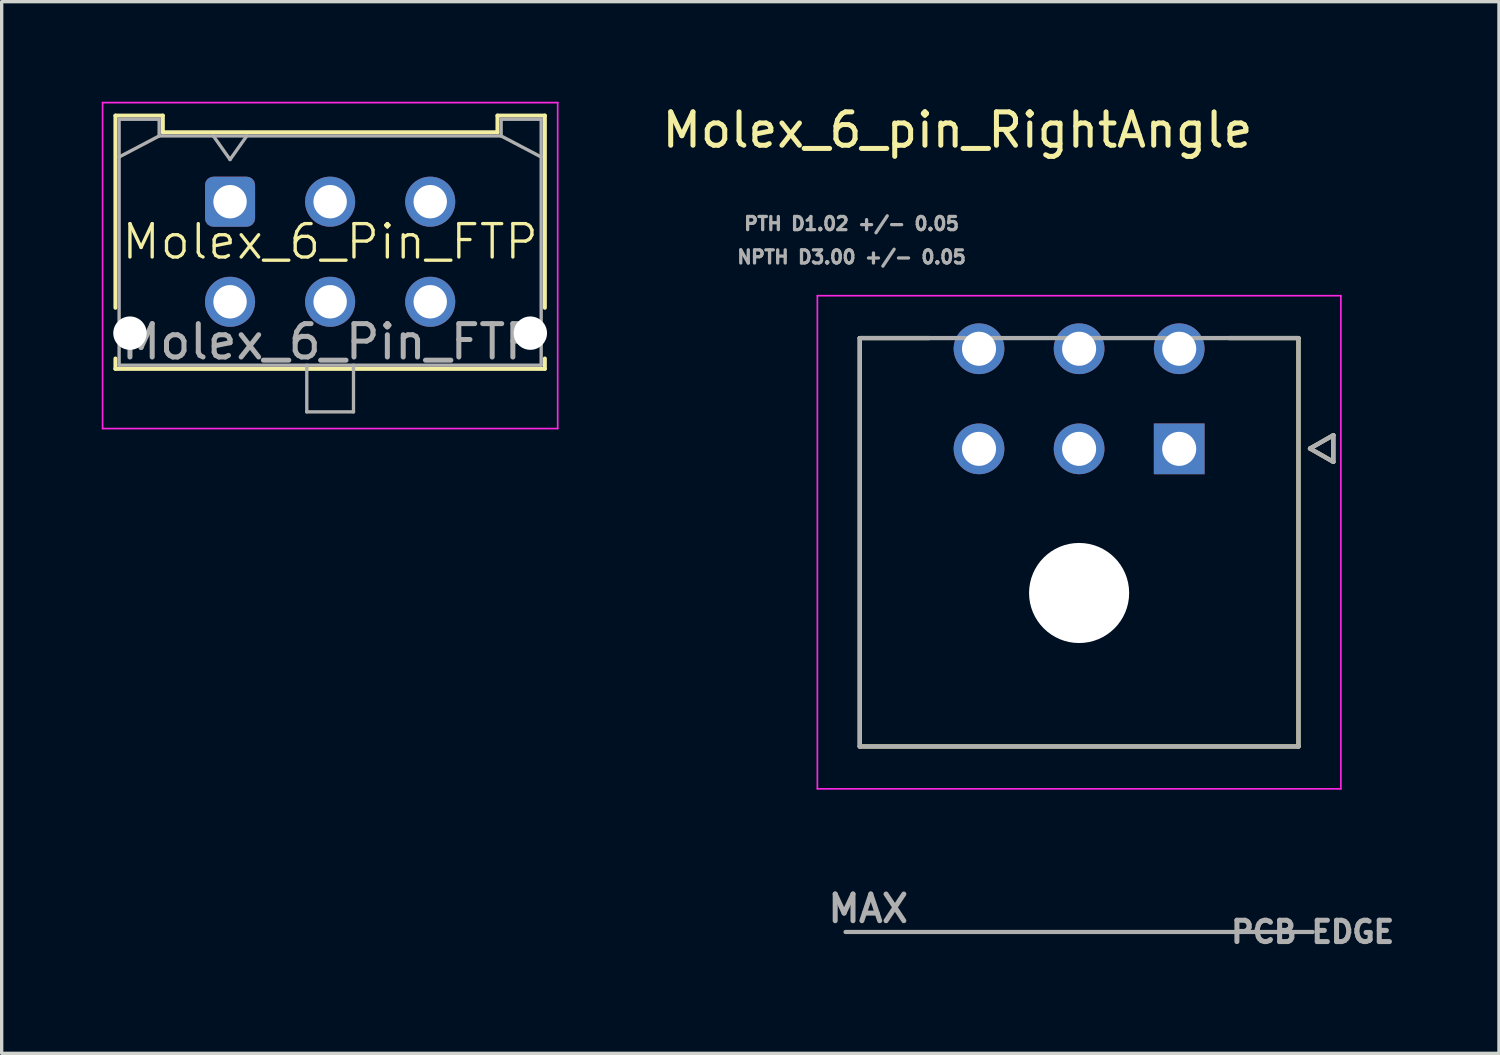
<source format=kicad_pcb>
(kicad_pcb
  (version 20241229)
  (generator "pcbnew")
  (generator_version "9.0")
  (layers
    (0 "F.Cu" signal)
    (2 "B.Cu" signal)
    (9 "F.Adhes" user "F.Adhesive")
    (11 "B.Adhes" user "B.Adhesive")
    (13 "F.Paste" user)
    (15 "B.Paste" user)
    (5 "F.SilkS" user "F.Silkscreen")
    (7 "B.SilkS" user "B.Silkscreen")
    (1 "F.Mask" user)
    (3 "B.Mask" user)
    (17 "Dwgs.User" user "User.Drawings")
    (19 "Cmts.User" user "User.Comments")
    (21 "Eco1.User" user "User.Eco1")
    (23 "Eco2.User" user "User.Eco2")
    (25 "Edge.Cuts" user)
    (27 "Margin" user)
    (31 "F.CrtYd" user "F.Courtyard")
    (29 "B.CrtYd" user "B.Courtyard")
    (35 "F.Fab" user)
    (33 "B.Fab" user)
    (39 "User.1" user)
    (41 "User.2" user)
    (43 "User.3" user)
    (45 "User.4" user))
  (footprint "Molex_6_pin_RightAngle"
    (layer "F.Cu")
    (at 32.293 10.403)
    (property "Reference" "Molex_6_pin_RightAngle" (at -6.645 -9.555 0) (layer "F.SilkS") (effects (font (size 1 1) (thickness 0.15))))
    (attr through_hole)
    (fp_circle (center -6 -3) (end -5.582 -3) (stroke (width 0.836) (type solid)) (fill no) (layer "F.Mask"))
    (fp_circle (center -6 0) (end -5.582 0) (stroke (width 0.836) (type solid)) (fill no) (layer "F.Mask"))
    (fp_circle (center -3 -3) (end -2.582 -3) (stroke (width 0.836) (type solid)) (fill no) (layer "F.Mask"))
    (fp_circle (center -3 0) (end -2.582 0) (stroke (width 0.836) (type solid)) (fill no) (layer "F.Mask"))
    (fp_circle (center -3 4.32) (end -2.212 4.32) (stroke (width 1.576) (type solid)) (fill no) (layer "F.Mask"))
    (fp_circle (center 0 -3) (end 0.418 -3) (stroke (width 0.836) (type solid)) (fill no) (layer "F.Mask"))
    (fp_poly (pts (xy -0.836 -0.836) (xy 0.836 -0.836) (xy 0.836 0.836) (xy -0.836 0.836)) (stroke (width 0.01) (type solid)) (fill yes) (layer "F.Mask"))
    (fp_circle (center -6 -3) (end -5.582 -3) (stroke (width 0.836) (type solid)) (fill no) (layer "B.Mask"))
    (fp_circle (center -6 0) (end -5.582 0) (stroke (width 0.836) (type solid)) (fill no) (layer "B.Mask"))
    (fp_circle (center -3 -3) (end -2.582 -3) (stroke (width 0.836) (type solid)) (fill no) (layer "B.Mask"))
    (fp_circle (center -3 0) (end -2.582 0) (stroke (width 0.836) (type solid)) (fill no) (layer "B.Mask"))
    (fp_circle (center -3 4.32) (end -2.212 4.32) (stroke (width 1.576) (type solid)) (fill no) (layer "B.Mask"))
    (fp_circle (center 0 -3) (end 0.418 -3) (stroke (width 0.836) (type solid)) (fill no) (layer "B.Mask"))
    (fp_poly (pts (xy -0.836 -0.836) (xy 0.836 -0.836) (xy 0.836 0.836) (xy -0.836 0.836)) (stroke (width 0.01) (type solid)) (fill yes) (layer "B.Mask"))
    (fp_line (start -9.575 -3.32) (end -9.575 8.92) (stroke (width 0.127) (type solid)) (layer "F.SilkS"))
    (fp_line (start -9.575 8.92) (end 3.575 8.92) (stroke (width 0.127) (type solid)) (layer "F.SilkS"))
    (fp_line (start -7.5 -3.32) (end -9.575 -3.32) (stroke (width 0.127) (type solid)) (layer "F.SilkS"))
    (fp_line (start 3.575 -3.32) (end 1.5 -3.32) (stroke (width 0.127) (type solid)) (layer "F.SilkS"))
    (fp_line (start 3.575 8.92) (end 3.575 -3.32) (stroke (width 0.127) (type solid)) (layer "F.SilkS"))
    (fp_line (start 3.92 -0.01) (end 4.62 0.39) (stroke (width 0.127) (type solid)) (layer "F.SilkS"))
    (fp_line (start 4.62 -0.41) (end 3.92 -0.01) (stroke (width 0.127) (type solid)) (layer "F.SilkS"))
    (fp_line (start 4.62 0.39) (end 4.62 -0.41) (stroke (width 0.127) (type solid)) (layer "F.SilkS"))
    (fp_line (start -10.845 -4.59) (end 4.845 -4.59) (stroke (width 0.05) (type solid)) (layer "F.CrtYd"))
    (fp_line (start -10.845 10.19) (end -10.845 -4.59) (stroke (width 0.05) (type solid)) (layer "F.CrtYd"))
    (fp_line (start 4.845 -4.59) (end 4.845 10.19) (stroke (width 0.05) (type solid)) (layer "F.CrtYd"))
    (fp_line (start 4.845 10.19) (end -10.845 10.19) (stroke (width 0.05) (type solid)) (layer "F.CrtYd"))
    (fp_line (start -10 14.48) (end 4 14.48) (stroke (width 0.127) (type solid)) (layer "F.Fab"))
    (fp_line (start -9.575 -3.32) (end -9.575 8.92) (stroke (width 0.127) (type solid)) (layer "F.Fab"))
    (fp_line (start -9.575 8.92) (end 3.575 8.92) (stroke (width 0.127) (type solid)) (layer "F.Fab"))
    (fp_line (start 3.575 -3.32) (end -9.575 -3.32) (stroke (width 0.127) (type solid)) (layer "F.Fab"))
    (fp_line (start 3.575 8.92) (end 3.575 -3.32) (stroke (width 0.127) (type solid)) (layer "F.Fab"))
    (fp_line (start 3.92 -0.01) (end 4.62 0.39) (stroke (width 0.127) (type solid)) (layer "F.Fab"))
    (fp_line (start 4.62 -0.41) (end 3.92 -0.01) (stroke (width 0.127) (type solid)) (layer "F.Fab"))
    (fp_line (start 4.62 0.39) (end 4.62 -0.41) (stroke (width 0.127) (type solid)) (layer "F.Fab"))
    (fp_text user "NPTH D3.00 +/- 0.05" (at -9.82 -5.748 0) (layer "F.Fab") (effects (font (size 0.394 0.394) (thickness 0.15))))
    (fp_text user "MAX" (at -9.32 13.78 0) (layer "F.Fab") (effects (font (size 0.8 0.8) (thickness 0.15))))
    (fp_text user "PCB EDGE" (at 4 14.48 0) (layer "F.Fab") (effects (font (size 0.64 0.64) (thickness 0.15))))
    (fp_text user "PTH D1.02 +/- 0.05" (at -9.82 -6.748 0) (layer "F.Fab") (effects (font (size 0.394 0.394) (thickness 0.15))))
    (pad "" np_thru_hole circle (at -3 4.32) (size 3 3) (drill 3) (layers "*.Cu" "*.Mask"))
    (pad "1" thru_hole rect (at 0 0) (size 1.52 1.52) (drill 1.02) (layers "*.Cu"))
    (pad "2" thru_hole circle (at -3 0) (size 1.52 1.52) (drill 1.02) (layers "*.Cu"))
    (pad "3" thru_hole circle (at -6 0) (size 1.52 1.52) (drill 1.02) (layers "*.Cu"))
    (pad "4" thru_hole circle (at 0 -3) (size 1.52 1.52) (drill 1.02) (layers "*.Cu"))
    (pad "5" thru_hole circle (at -3 -3) (size 1.52 1.52) (drill 1.02) (layers "*.Cu"))
    (pad "6" thru_hole circle (at -6 -3) (size 1.52 1.52) (drill 1.02) (layers "*.Cu")))
  (footprint "Molex_6_Pin_FTP"
    (layer "F.Cu")
    (at 6.845 4.695)
    (property "Reference" "Molex_6_Pin_FTP" (at 0 -0.5 0) (unlocked yes) (layer "F.SilkS") (effects (font (size 1 1) (thickness 0.1))))
    (attr through_hole)
    (fp_line (start -6.435 -4.28) (end -5.015 -4.28) (stroke (width 0.12) (type solid)) (layer "F.SilkS"))
    (fp_line (start -6.435 1.48) (end -6.435 -4.28) (stroke (width 0.12) (type solid)) (layer "F.SilkS"))
    (fp_line (start -6.435 3) (end -6.435 3.31) (stroke (width 0.12) (type solid)) (layer "F.SilkS"))
    (fp_line (start -6.435 3.31) (end 6.435 3.31) (stroke (width 0.12) (type solid)) (layer "F.SilkS"))
    (fp_line (start -5.015 -4.28) (end -5.015 -3.78) (stroke (width 0.12) (type solid)) (layer "F.SilkS"))
    (fp_line (start -5.015 -3.78) (end 5.015 -3.78) (stroke (width 0.12) (type solid)) (layer "F.SilkS"))
    (fp_line (start 5.015 -4.28) (end 6.435 -4.28) (stroke (width 0.12) (type solid)) (layer "F.SilkS"))
    (fp_line (start 5.015 -3.78) (end 5.015 -4.28) (stroke (width 0.12) (type solid)) (layer "F.SilkS"))
    (fp_line (start 6.435 -4.28) (end 6.435 1.48) (stroke (width 0.12) (type solid)) (layer "F.SilkS"))
    (fp_line (start 6.435 3.31) (end 6.435 3) (stroke (width 0.12) (type solid)) (layer "F.SilkS"))
    (fp_line (start -6.82 -4.67) (end 6.82 -4.67) (stroke (width 0.05) (type solid)) (layer "F.CrtYd"))
    (fp_line (start -6.82 5.1) (end -6.82 -4.67) (stroke (width 0.05) (type solid)) (layer "F.CrtYd"))
    (fp_line (start 6.82 -4.67) (end 6.82 5.1) (stroke (width 0.05) (type solid)) (layer "F.CrtYd"))
    (fp_line (start 6.82 5.1) (end -6.82 5.1) (stroke (width 0.05) (type solid)) (layer "F.CrtYd"))
    (fp_line (start -6.325 -4.17) (end -6.325 3.2) (stroke (width 0.1) (type solid)) (layer "F.Fab"))
    (fp_line (start -6.325 -3.04) (end -5.125 -3.67) (stroke (width 0.1) (type solid)) (layer "F.Fab"))
    (fp_line (start -6.325 3.2) (end 6.325 3.2) (stroke (width 0.1) (type solid)) (layer "F.Fab"))
    (fp_line (start -5.125 -4.17) (end -6.325 -4.17) (stroke (width 0.1) (type solid)) (layer "F.Fab"))
    (fp_line (start -5.125 -3.67) (end -5.125 -4.17) (stroke (width 0.1) (type solid)) (layer "F.Fab"))
    (fp_line (start -3.5 -3.67) (end -3 -2.963) (stroke (width 0.1) (type solid)) (layer "F.Fab"))
    (fp_line (start -3 -2.963) (end -2.5 -3.67) (stroke (width 0.1) (type solid)) (layer "F.Fab"))
    (fp_line (start -0.7 3.2) (end -0.7 4.6) (stroke (width 0.1) (type solid)) (layer "F.Fab"))
    (fp_line (start -0.7 4.6) (end 0.7 4.6) (stroke (width 0.1) (type solid)) (layer "F.Fab"))
    (fp_line (start 0.7 4.6) (end 0.7 3.2) (stroke (width 0.1) (type solid)) (layer "F.Fab"))
    (fp_line (start 5.125 -4.17) (end 5.125 -3.67) (stroke (width 0.1) (type solid)) (layer "F.Fab"))
    (fp_line (start 5.125 -3.67) (end -5.125 -3.67) (stroke (width 0.1) (type solid)) (layer "F.Fab"))
    (fp_line (start 6.325 -4.17) (end 5.125 -4.17) (stroke (width 0.1) (type solid)) (layer "F.Fab"))
    (fp_line (start 6.325 -3.04) (end 5.125 -3.67) (stroke (width 0.1) (type solid)) (layer "F.Fab"))
    (fp_line (start 6.325 3.2) (end 6.325 -4.17) (stroke (width 0.1) (type solid)) (layer "F.Fab"))
    (fp_text user "${REFERENCE}" (at 0 2.5 0) (layer "F.Fab") (effects (font (size 1 1) (thickness 0.15))))
    (pad "" np_thru_hole circle (at -6 2.24) (size 1 1) (drill 1) (layers "*.Cu" "*.Mask"))
    (pad "" np_thru_hole circle (at 6 2.24) (size 1 1) (drill 1) (layers "*.Cu" "*.Mask"))
    (pad "1" thru_hole roundrect (at -3 -1.7) (size 1.5 1.5) (drill 1) (layers "*.Cu" "*.Mask") (roundrect_rratio 0.167))
    (pad "2" thru_hole circle (at 0 -1.7) (size 1.5 1.5) (drill 1) (layers "*.Cu" "*.Mask"))
    (pad "3" thru_hole circle (at 3 -1.7) (size 1.5 1.5) (drill 1) (layers "*.Cu" "*.Mask"))
    (pad "4" thru_hole circle (at -3 1.3) (size 1.5 1.5) (drill 1) (layers "*.Cu" "*.Mask"))
    (pad "5" thru_hole circle (at 0 1.3) (size 1.5 1.5) (drill 1) (layers "*.Cu" "*.Mask"))
    (pad "6" thru_hole circle (at 3 1.3) (size 1.5 1.5) (drill 1) (layers "*.Cu" "*.Mask")))
  (gr_rect
    (start -3 -3)
    (end 41.877 28.521)
    (stroke (width 0.1) (type default))
    (fill no)
    (layer "Edge.Cuts")))
</source>
